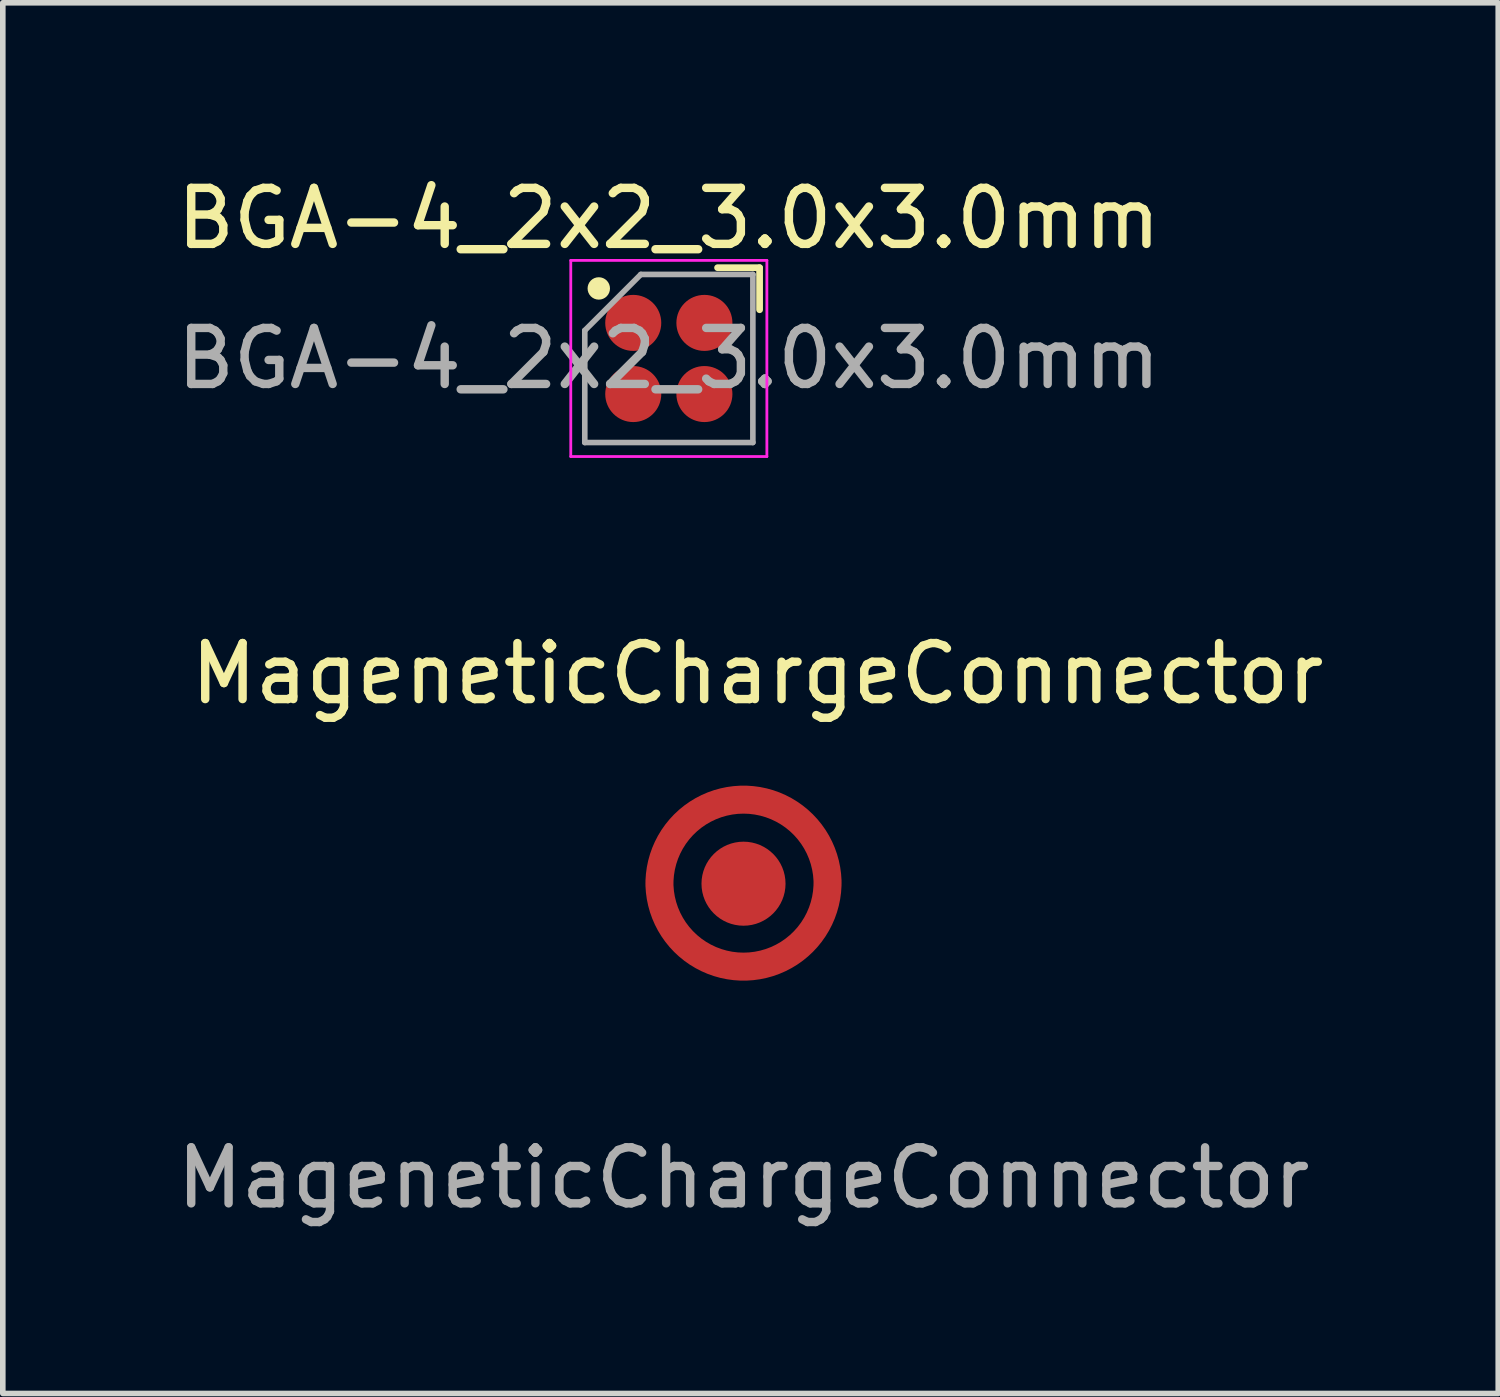
<source format=kicad_pcb>
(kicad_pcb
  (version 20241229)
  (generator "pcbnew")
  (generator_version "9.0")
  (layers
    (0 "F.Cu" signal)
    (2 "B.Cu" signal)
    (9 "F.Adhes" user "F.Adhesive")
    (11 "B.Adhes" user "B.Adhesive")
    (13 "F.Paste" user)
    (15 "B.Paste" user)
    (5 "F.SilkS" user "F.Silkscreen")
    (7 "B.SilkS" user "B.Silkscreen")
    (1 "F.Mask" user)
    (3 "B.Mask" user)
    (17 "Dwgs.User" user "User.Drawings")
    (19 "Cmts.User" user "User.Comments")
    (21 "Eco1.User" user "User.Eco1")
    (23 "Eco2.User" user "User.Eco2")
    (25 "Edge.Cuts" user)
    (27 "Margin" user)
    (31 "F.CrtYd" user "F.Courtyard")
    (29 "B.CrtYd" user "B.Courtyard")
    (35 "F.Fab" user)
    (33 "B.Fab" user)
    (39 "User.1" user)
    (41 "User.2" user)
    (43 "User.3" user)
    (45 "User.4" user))
  (footprint "BGA-4_2x2_3.0x3.0mm"
    (layer "F.Cu")
    (at 8.887 3.348)
    (property "Reference" "BGA-4_2x2_3.0x3.0mm" (at 0 -2.5 0) (layer "F.SilkS") (effects (font (size 1 1) (thickness 0.15))))
    (attr smd)
    (fp_line (start 0.87 -1.62) (end 1.62 -1.62) (stroke (width 0.12) (type default)) (layer "F.SilkS"))
    (fp_line (start 1.62 -1.62) (end 1.62 -0.87) (stroke (width 0.12) (type default)) (layer "F.SilkS"))
    (fp_circle (center -1.25 -1.25) (end -1.25 -1.15) (stroke (width 0.2) (type default)) (fill no) (layer "F.SilkS"))
    (fp_line (start -1.75 -1.75) (end 1.75 -1.75) (stroke (width 0.05) (type default)) (layer "F.CrtYd"))
    (fp_line (start -1.75 1.75) (end -1.75 -1.75) (stroke (width 0.05) (type default)) (layer "F.CrtYd"))
    (fp_line (start 1.75 -1.75) (end 1.75 1.75) (stroke (width 0.05) (type default)) (layer "F.CrtYd"))
    (fp_line (start 1.75 1.75) (end -1.75 1.75) (stroke (width 0.05) (type default)) (layer "F.CrtYd"))
    (fp_line (start -1.5 -0.5) (end -1.5 1.5) (stroke (width 0.1) (type default)) (layer "F.Fab"))
    (fp_line (start -1.5 1.5) (end 1.5 1.5) (stroke (width 0.1) (type default)) (layer "F.Fab"))
    (fp_line (start -0.5 -1.5) (end -1.5 -0.5) (stroke (width 0.1) (type default)) (layer "F.Fab"))
    (fp_line (start 1.5 -1.5) (end -0.5 -1.5) (stroke (width 0.1) (type default)) (layer "F.Fab"))
    (fp_line (start 1.5 1.5) (end 1.5 -1.5) (stroke (width 0.1) (type default)) (layer "F.Fab"))
    (fp_text user "${REFERENCE}" (at 0 0 0) (layer "F.Fab") (effects (font (size 1 1) (thickness 0.15))))
    (pad "1" smd circle (at -0.635 -0.635) (size 1 1) (layers "F.Cu" "F.Mask" "F.Paste"))
    (pad "2" smd circle (at 0.635 -0.635) (size 1 1) (layers "F.Cu" "F.Mask" "F.Paste"))
    (pad "3" smd circle (at -0.635 0.635) (size 1 1) (layers "F.Cu" "F.Mask" "F.Paste"))
    (pad "4" smd circle (at 0.635 0.635) (size 1 1) (layers "F.Cu" "F.Mask" "F.Paste")))
  (footprint "MageneticChargeConnector"
    (layer "F.Cu")
    (at 10.22 12.722)
    (property "Reference" "MageneticChargeConnector" (at 0.25 -3.75 0) (unlocked yes) (layer "F.SilkS") (effects (font (size 1 1) (thickness 0.15))))
    (attr smd)
    (fp_poly (pts (arc (start -1.559625 0.259938) (mid -1.202062 1.027155) (end -0.5 1.5)) (arc (start -0.5 1.250001) (mid -1.035021 0.860949) (end -1.320147 0.26403))) (stroke (width 0.1) (type solid)) (fill yes) (layer "F.Paste"))
    (fp_poly (pts (arc (start -0.259937 -1.559625) (mid -1.027154 -1.202062) (end -1.499999 -0.5)) (arc (start -1.25 -0.5) (mid -0.860948 -1.035021) (end -0.264029 -1.320147))) (stroke (width 0.1) (type solid)) (fill yes) (layer "F.Paste"))
    (fp_poly (pts (arc (start 0.259938 1.559625) (mid 1.027155 1.202062) (end 1.5 0.5)) (arc (start 1.250001 0.5) (mid 0.860949 1.035021) (end 0.26403 1.320147))) (stroke (width 0.1) (type solid)) (fill yes) (layer "F.Paste"))
    (fp_poly (pts (arc (start 1.559625 -0.259938) (mid 1.202062 -1.027155) (end 0.5 -1.5)) (arc (start 0.5 -1.250001) (mid 1.035021 -0.860949) (end 1.320147 -0.26403))) (stroke (width 0.1) (type solid)) (fill yes) (layer "F.Paste"))
    (fp_text user "${REFERENCE}" (at 0 5.25 0) (unlocked yes) (layer "F.Fab") (effects (font (size 1 1) (thickness 0.15))))
    (pad "1" smd circle (at 0 0) (size 1.5 1.5) (layers "F.Cu" "F.Mask" "F.Paste"))
    (pad "2" smd custom (at 1.5 0) (size 0.2 0.2) (layers "F.Cu" "F.Mask") (options (anchor circle)) (primitives (gr_poly (pts (arc (start 0.25 0) (mid -1.5 -1.75) (end -3.25 0)) (arc (start -2.75 0) (mid -1.5 -1.25) (end -0.25 0))) (width 0) (fill yes)) (gr_poly (pts (arc (start -3.250402 -0.020034) (mid -1.500402 1.729966) (end 0.249598 -0.020034)) (arc (start -0.250402 -0.020034) (mid -1.500402 1.229966) (end -2.750402 -0.020034))) (width 0) (fill yes)) (gr_poly (pts (xy -0.1 -0.05) (xy -0.096 -0.069) (xy -0.085 -0.085) (xy -0.069 -0.096) (xy -0.05 -0.1) (xy 0.05 -0.1) (xy 0.069 -0.096) (xy 0.085 -0.085) (xy 0.096 -0.069) (xy 0.1 -0.05) (xy 0.1 0.05) (xy 0.096 0.069) (xy 0.085 0.085) (xy 0.069 0.096) (xy 0.05 0.1) (xy -0.05 0.1) (xy -0.069 0.096) (xy -0.085 0.085) (xy -0.096 0.069) (xy -0.1 0.05)) (width 0) (fill yes)))))
  (gr_rect
    (start -3 -3)
    (end 23.69 21.82)
    (stroke (width 0.1) (type default))
    (fill no)
    (layer "Edge.Cuts")))
</source>
